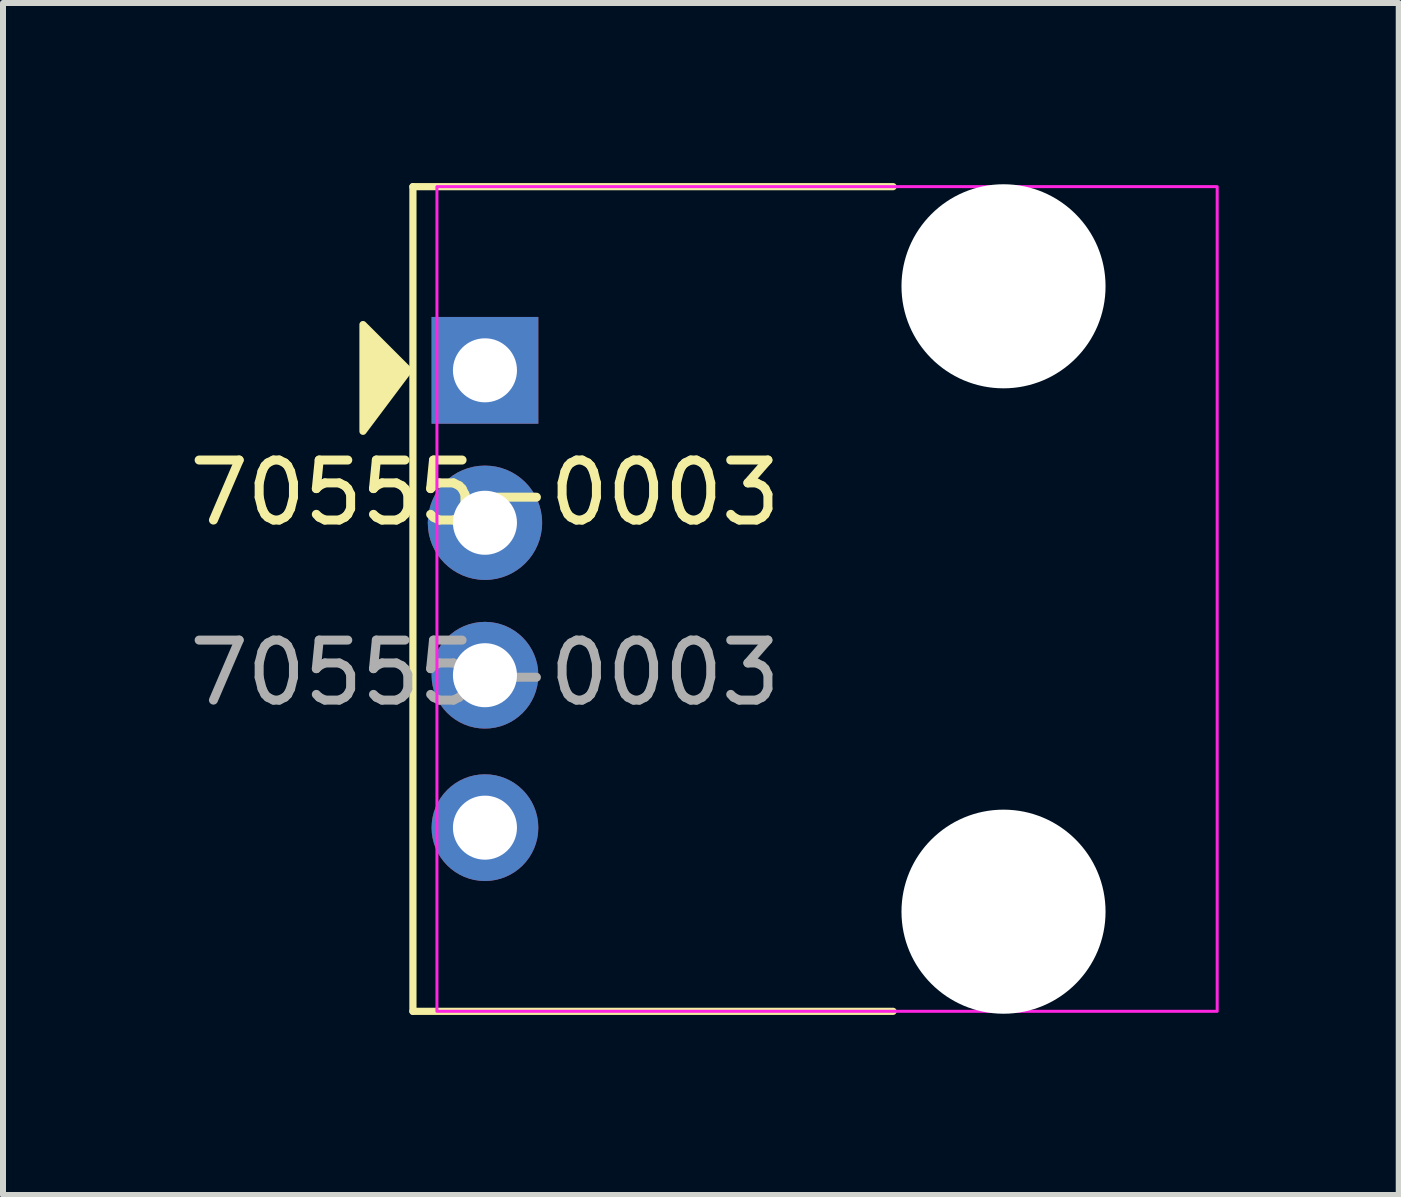
<source format=kicad_pcb>
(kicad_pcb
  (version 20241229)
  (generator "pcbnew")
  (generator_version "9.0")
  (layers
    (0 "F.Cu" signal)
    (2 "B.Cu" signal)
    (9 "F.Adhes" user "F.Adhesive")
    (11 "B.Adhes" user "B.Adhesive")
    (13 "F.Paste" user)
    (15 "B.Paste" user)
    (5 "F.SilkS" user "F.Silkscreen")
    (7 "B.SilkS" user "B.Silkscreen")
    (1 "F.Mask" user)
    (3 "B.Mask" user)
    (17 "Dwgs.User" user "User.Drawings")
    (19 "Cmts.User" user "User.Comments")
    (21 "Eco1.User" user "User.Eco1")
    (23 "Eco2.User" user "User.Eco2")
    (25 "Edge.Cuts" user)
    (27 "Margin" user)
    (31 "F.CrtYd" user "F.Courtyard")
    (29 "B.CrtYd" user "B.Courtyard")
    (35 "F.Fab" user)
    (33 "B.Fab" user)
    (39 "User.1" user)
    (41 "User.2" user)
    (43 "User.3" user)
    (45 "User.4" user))
  (footprint "70555-0003"
    (layer "F.Cu")
    (at 5.03 5.66)
    (property "Reference" "70555-0003" (at 0 -0.5 0) (unlocked yes) (layer "F.SilkS") (effects (font (size 1 1) (thickness 0.15))))
    (attr through_hole)
    (fp_line (start -1.2 -5.6) (end -1.2 8.14) (stroke (width 0.12) (type solid)) (layer "F.SilkS"))
    (fp_line (start -1.2 8.14) (end 6.8 8.14) (stroke (width 0.12) (type solid)) (layer "F.SilkS"))
    (fp_line (start 6.8 -5.6) (end -1.2 -5.6) (stroke (width 0.12) (type solid)) (layer "F.SilkS"))
    (fp_poly (pts (xy -1.27 -2.54) (xy -2.032 -1.524) (xy -2.032 -3.302)) (stroke (width 0.12) (type solid)) (fill yes) (layer "F.SilkS"))
    (fp_rect (start -0.8 -5.6) (end 12.2 8.14) (stroke (width 0.05) (type solid)) (fill no) (layer "F.CrtYd"))
    (fp_text user "${REFERENCE}" (at 0 2.5 0) (unlocked yes) (layer "F.Fab") (effects (font (size 1 1) (thickness 0.15))))
    (pad "" np_thru_hole circle (at 8.64 -3.94) (size 3.4 3.4) (drill 3.4) (layers "*.Cu" "*.Mask"))
    (pad "" np_thru_hole circle (at 8.64 6.48) (size 3.4 3.4) (drill 3.4) (layers "*.Cu" "*.Mask"))
    (pad "1" thru_hole rect (at 0 -2.54) (size 1.778 1.778) (drill 1.067) (layers "*.Cu" "*.Mask"))
    (pad "2" thru_hole circle (at 0 0) (size 1.905 1.905) (drill 1.067) (layers "*.Cu" "*.Mask"))
    (pad "3" thru_hole circle (at 0 2.54) (size 1.778 1.778) (drill 1.067) (layers "*.Cu" "*.Mask"))
    (pad "4" thru_hole circle (at 0 5.08) (size 1.778 1.778) (drill 1.067) (layers "*.Cu" "*.Mask")))
  (gr_rect
    (start -3 -3)
    (end 20.255 16.86)
    (stroke (width 0.1) (type default))
    (fill no)
    (layer "Edge.Cuts")))
</source>
